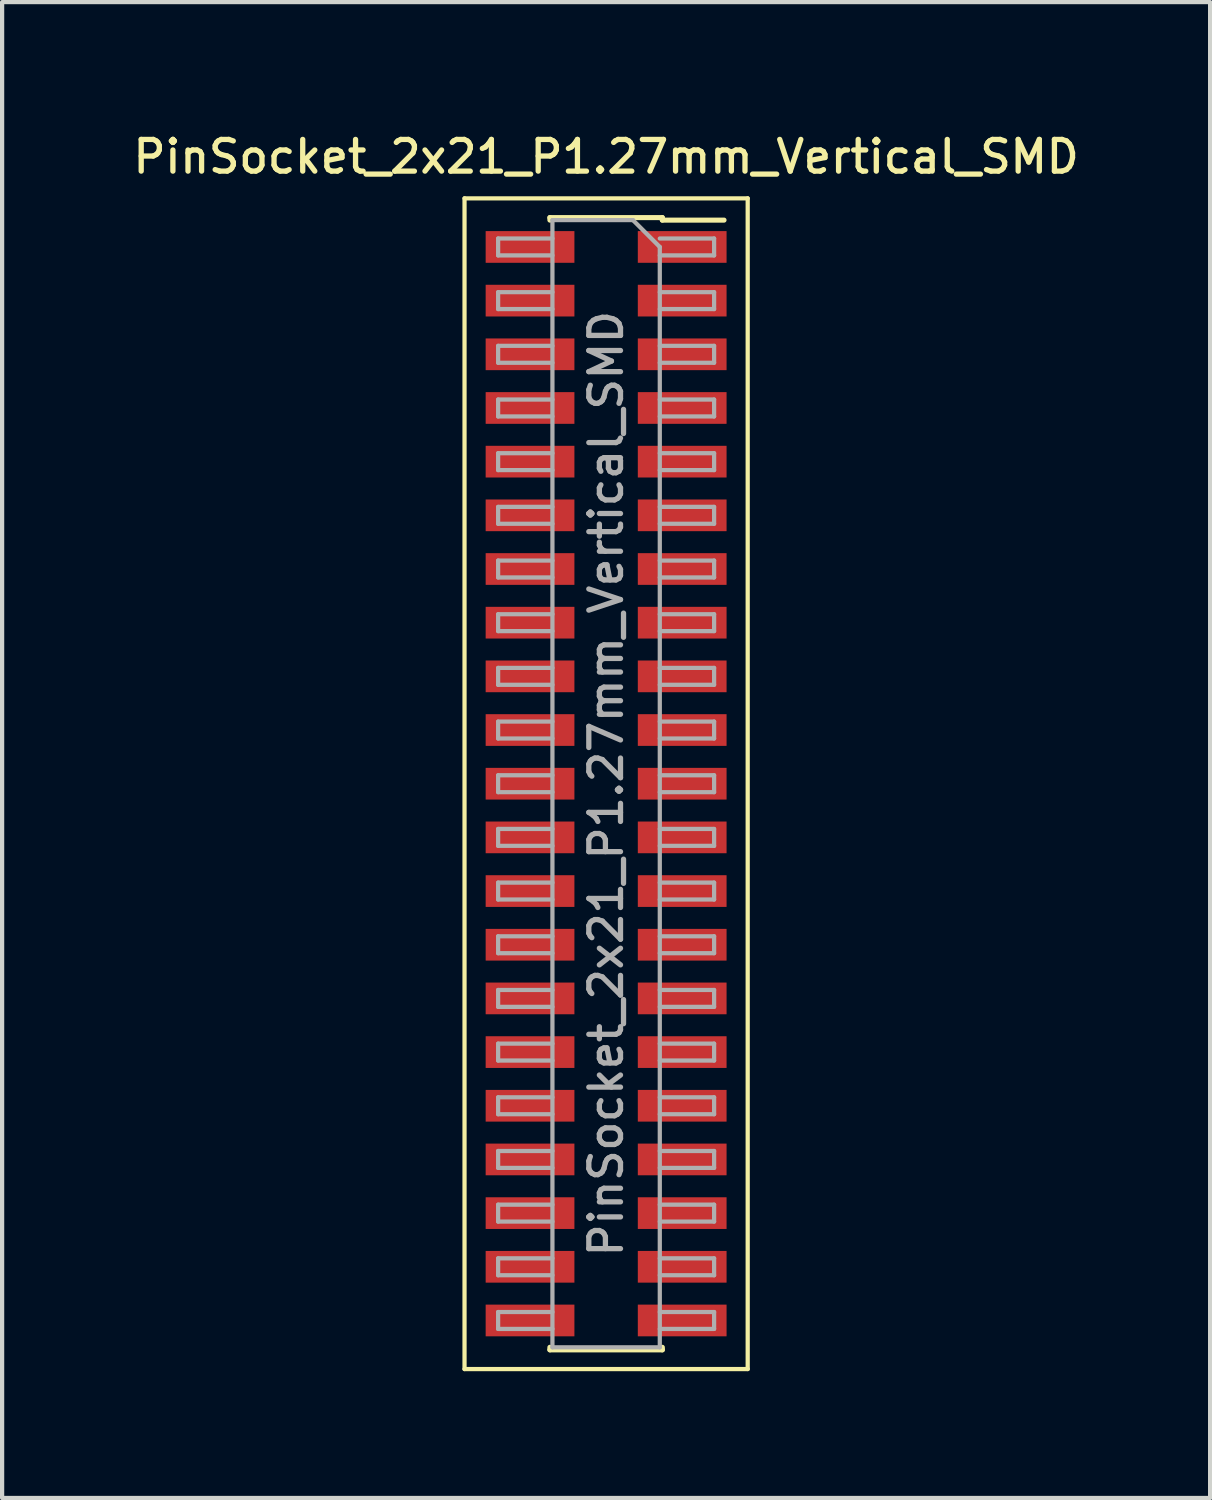
<source format=kicad_pcb>
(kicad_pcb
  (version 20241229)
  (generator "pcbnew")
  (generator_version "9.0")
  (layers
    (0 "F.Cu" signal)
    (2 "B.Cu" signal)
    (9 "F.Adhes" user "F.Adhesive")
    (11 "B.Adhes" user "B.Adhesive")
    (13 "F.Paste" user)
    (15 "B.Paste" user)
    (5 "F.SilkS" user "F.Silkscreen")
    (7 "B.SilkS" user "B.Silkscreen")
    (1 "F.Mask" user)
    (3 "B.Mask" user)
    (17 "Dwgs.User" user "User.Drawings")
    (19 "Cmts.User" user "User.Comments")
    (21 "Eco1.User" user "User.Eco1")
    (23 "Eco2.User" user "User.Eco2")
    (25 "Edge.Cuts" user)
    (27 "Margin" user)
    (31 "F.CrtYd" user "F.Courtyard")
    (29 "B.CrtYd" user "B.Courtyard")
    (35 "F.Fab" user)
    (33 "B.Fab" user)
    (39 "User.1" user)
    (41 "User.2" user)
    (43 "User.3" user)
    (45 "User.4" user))
  (footprint "PinSocket_2x21_P1.27mm_Vertical_SMD"
    (layer "F.Cu")
    (at 11.291 15.493)
    (property "Reference" "PinSocket_2x21_P1.27mm_Vertical_SMD" (at 0 -14.835 0) (layer "F.SilkS") (effects (font (size 0.75 0.75) (thickness 0.125))))
    (attr smd)
    (fp_line (start -3.35 -13.85) (end 3.35 -13.85) (stroke (width 0.1) (type solid)) (layer "F.SilkS"))
    (fp_line (start -3.35 13.85) (end -3.35 -13.85) (stroke (width 0.1) (type solid)) (layer "F.SilkS"))
    (fp_line (start -1.33 -13.395) (end -1.33 -13.335) (stroke (width 0.12) (type solid)) (layer "F.SilkS"))
    (fp_line (start -1.33 -13.395) (end 1.33 -13.395) (stroke (width 0.12) (type solid)) (layer "F.SilkS"))
    (fp_line (start -1.33 13.335) (end -1.33 13.395) (stroke (width 0.12) (type solid)) (layer "F.SilkS"))
    (fp_line (start -1.33 13.395) (end 1.33 13.395) (stroke (width 0.12) (type solid)) (layer "F.SilkS"))
    (fp_line (start 1.33 -13.395) (end 1.33 -13.335) (stroke (width 0.12) (type solid)) (layer "F.SilkS"))
    (fp_line (start 1.33 -13.335) (end 2.79 -13.335) (stroke (width 0.12) (type solid)) (layer "F.SilkS"))
    (fp_line (start 1.33 13.335) (end 1.33 13.395) (stroke (width 0.12) (type solid)) (layer "F.SilkS"))
    (fp_line (start 3.35 -13.85) (end 3.35 13.85) (stroke (width 0.1) (type solid)) (layer "F.SilkS"))
    (fp_line (start 3.35 13.85) (end -3.35 13.85) (stroke (width 0.1) (type solid)) (layer "F.SilkS"))
    (fp_line (start -2.555 -12.9) (end -1.27 -12.9) (stroke (width 0.1) (type solid)) (layer "F.Fab"))
    (fp_line (start -2.555 -12.5) (end -2.555 -12.9) (stroke (width 0.1) (type solid)) (layer "F.Fab"))
    (fp_line (start -2.555 -11.63) (end -1.27 -11.63) (stroke (width 0.1) (type solid)) (layer "F.Fab"))
    (fp_line (start -2.555 -11.23) (end -2.555 -11.63) (stroke (width 0.1) (type solid)) (layer "F.Fab"))
    (fp_line (start -2.555 -10.36) (end -1.27 -10.36) (stroke (width 0.1) (type solid)) (layer "F.Fab"))
    (fp_line (start -2.555 -9.96) (end -2.555 -10.36) (stroke (width 0.1) (type solid)) (layer "F.Fab"))
    (fp_line (start -2.555 -9.09) (end -1.27 -9.09) (stroke (width 0.1) (type solid)) (layer "F.Fab"))
    (fp_line (start -2.555 -8.69) (end -2.555 -9.09) (stroke (width 0.1) (type solid)) (layer "F.Fab"))
    (fp_line (start -2.555 -7.82) (end -1.27 -7.82) (stroke (width 0.1) (type solid)) (layer "F.Fab"))
    (fp_line (start -2.555 -7.42) (end -2.555 -7.82) (stroke (width 0.1) (type solid)) (layer "F.Fab"))
    (fp_line (start -2.555 -6.55) (end -1.27 -6.55) (stroke (width 0.1) (type solid)) (layer "F.Fab"))
    (fp_line (start -2.555 -6.15) (end -2.555 -6.55) (stroke (width 0.1) (type solid)) (layer "F.Fab"))
    (fp_line (start -2.555 -5.28) (end -1.27 -5.28) (stroke (width 0.1) (type solid)) (layer "F.Fab"))
    (fp_line (start -2.555 -4.88) (end -2.555 -5.28) (stroke (width 0.1) (type solid)) (layer "F.Fab"))
    (fp_line (start -2.555 -4.01) (end -1.27 -4.01) (stroke (width 0.1) (type solid)) (layer "F.Fab"))
    (fp_line (start -2.555 -3.61) (end -2.555 -4.01) (stroke (width 0.1) (type solid)) (layer "F.Fab"))
    (fp_line (start -2.555 -2.74) (end -1.27 -2.74) (stroke (width 0.1) (type solid)) (layer "F.Fab"))
    (fp_line (start -2.555 -2.34) (end -2.555 -2.74) (stroke (width 0.1) (type solid)) (layer "F.Fab"))
    (fp_line (start -2.555 -1.47) (end -1.27 -1.47) (stroke (width 0.1) (type solid)) (layer "F.Fab"))
    (fp_line (start -2.555 -1.07) (end -2.555 -1.47) (stroke (width 0.1) (type solid)) (layer "F.Fab"))
    (fp_line (start -2.555 -0.2) (end -1.27 -0.2) (stroke (width 0.1) (type solid)) (layer "F.Fab"))
    (fp_line (start -2.555 0.2) (end -2.555 -0.2) (stroke (width 0.1) (type solid)) (layer "F.Fab"))
    (fp_line (start -2.555 1.07) (end -1.27 1.07) (stroke (width 0.1) (type solid)) (layer "F.Fab"))
    (fp_line (start -2.555 1.47) (end -2.555 1.07) (stroke (width 0.1) (type solid)) (layer "F.Fab"))
    (fp_line (start -2.555 2.34) (end -1.27 2.34) (stroke (width 0.1) (type solid)) (layer "F.Fab"))
    (fp_line (start -2.555 2.74) (end -2.555 2.34) (stroke (width 0.1) (type solid)) (layer "F.Fab"))
    (fp_line (start -2.555 3.61) (end -1.27 3.61) (stroke (width 0.1) (type solid)) (layer "F.Fab"))
    (fp_line (start -2.555 4.01) (end -2.555 3.61) (stroke (width 0.1) (type solid)) (layer "F.Fab"))
    (fp_line (start -2.555 4.88) (end -1.27 4.88) (stroke (width 0.1) (type solid)) (layer "F.Fab"))
    (fp_line (start -2.555 5.28) (end -2.555 4.88) (stroke (width 0.1) (type solid)) (layer "F.Fab"))
    (fp_line (start -2.555 6.15) (end -1.27 6.15) (stroke (width 0.1) (type solid)) (layer "F.Fab"))
    (fp_line (start -2.555 6.55) (end -2.555 6.15) (stroke (width 0.1) (type solid)) (layer "F.Fab"))
    (fp_line (start -2.555 7.42) (end -1.27 7.42) (stroke (width 0.1) (type solid)) (layer "F.Fab"))
    (fp_line (start -2.555 7.82) (end -2.555 7.42) (stroke (width 0.1) (type solid)) (layer "F.Fab"))
    (fp_line (start -2.555 8.69) (end -1.27 8.69) (stroke (width 0.1) (type solid)) (layer "F.Fab"))
    (fp_line (start -2.555 9.09) (end -2.555 8.69) (stroke (width 0.1) (type solid)) (layer "F.Fab"))
    (fp_line (start -2.555 9.96) (end -1.27 9.96) (stroke (width 0.1) (type solid)) (layer "F.Fab"))
    (fp_line (start -2.555 10.36) (end -2.555 9.96) (stroke (width 0.1) (type solid)) (layer "F.Fab"))
    (fp_line (start -2.555 11.23) (end -1.27 11.23) (stroke (width 0.1) (type solid)) (layer "F.Fab"))
    (fp_line (start -2.555 11.63) (end -2.555 11.23) (stroke (width 0.1) (type solid)) (layer "F.Fab"))
    (fp_line (start -2.555 12.5) (end -1.27 12.5) (stroke (width 0.1) (type solid)) (layer "F.Fab"))
    (fp_line (start -2.555 12.9) (end -2.555 12.5) (stroke (width 0.1) (type solid)) (layer "F.Fab"))
    (fp_line (start -1.27 -13.335) (end 0.635 -13.335) (stroke (width 0.1) (type solid)) (layer "F.Fab"))
    (fp_line (start -1.27 -12.5) (end -2.555 -12.5) (stroke (width 0.1) (type solid)) (layer "F.Fab"))
    (fp_line (start -1.27 -11.23) (end -2.555 -11.23) (stroke (width 0.1) (type solid)) (layer "F.Fab"))
    (fp_line (start -1.27 -9.96) (end -2.555 -9.96) (stroke (width 0.1) (type solid)) (layer "F.Fab"))
    (fp_line (start -1.27 -8.69) (end -2.555 -8.69) (stroke (width 0.1) (type solid)) (layer "F.Fab"))
    (fp_line (start -1.27 -7.42) (end -2.555 -7.42) (stroke (width 0.1) (type solid)) (layer "F.Fab"))
    (fp_line (start -1.27 -6.15) (end -2.555 -6.15) (stroke (width 0.1) (type solid)) (layer "F.Fab"))
    (fp_line (start -1.27 -4.88) (end -2.555 -4.88) (stroke (width 0.1) (type solid)) (layer "F.Fab"))
    (fp_line (start -1.27 -3.61) (end -2.555 -3.61) (stroke (width 0.1) (type solid)) (layer "F.Fab"))
    (fp_line (start -1.27 -2.34) (end -2.555 -2.34) (stroke (width 0.1) (type solid)) (layer "F.Fab"))
    (fp_line (start -1.27 -1.07) (end -2.555 -1.07) (stroke (width 0.1) (type solid)) (layer "F.Fab"))
    (fp_line (start -1.27 0.2) (end -2.555 0.2) (stroke (width 0.1) (type solid)) (layer "F.Fab"))
    (fp_line (start -1.27 1.47) (end -2.555 1.47) (stroke (width 0.1) (type solid)) (layer "F.Fab"))
    (fp_line (start -1.27 2.74) (end -2.555 2.74) (stroke (width 0.1) (type solid)) (layer "F.Fab"))
    (fp_line (start -1.27 4.01) (end -2.555 4.01) (stroke (width 0.1) (type solid)) (layer "F.Fab"))
    (fp_line (start -1.27 5.28) (end -2.555 5.28) (stroke (width 0.1) (type solid)) (layer "F.Fab"))
    (fp_line (start -1.27 6.55) (end -2.555 6.55) (stroke (width 0.1) (type solid)) (layer "F.Fab"))
    (fp_line (start -1.27 7.82) (end -2.555 7.82) (stroke (width 0.1) (type solid)) (layer "F.Fab"))
    (fp_line (start -1.27 9.09) (end -2.555 9.09) (stroke (width 0.1) (type solid)) (layer "F.Fab"))
    (fp_line (start -1.27 10.36) (end -2.555 10.36) (stroke (width 0.1) (type solid)) (layer "F.Fab"))
    (fp_line (start -1.27 11.63) (end -2.555 11.63) (stroke (width 0.1) (type solid)) (layer "F.Fab"))
    (fp_line (start -1.27 12.9) (end -2.555 12.9) (stroke (width 0.1) (type solid)) (layer "F.Fab"))
    (fp_line (start -1.27 13.335) (end -1.27 -13.335) (stroke (width 0.1) (type solid)) (layer "F.Fab"))
    (fp_line (start 0.635 -13.335) (end 1.27 -12.7) (stroke (width 0.1) (type solid)) (layer "F.Fab"))
    (fp_line (start 1.27 -12.9) (end 2.555 -12.9) (stroke (width 0.1) (type solid)) (layer "F.Fab"))
    (fp_line (start 1.27 -12.7) (end 1.27 13.335) (stroke (width 0.1) (type solid)) (layer "F.Fab"))
    (fp_line (start 1.27 -11.63) (end 2.555 -11.63) (stroke (width 0.1) (type solid)) (layer "F.Fab"))
    (fp_line (start 1.27 -10.36) (end 2.555 -10.36) (stroke (width 0.1) (type solid)) (layer "F.Fab"))
    (fp_line (start 1.27 -9.09) (end 2.555 -9.09) (stroke (width 0.1) (type solid)) (layer "F.Fab"))
    (fp_line (start 1.27 -7.82) (end 2.555 -7.82) (stroke (width 0.1) (type solid)) (layer "F.Fab"))
    (fp_line (start 1.27 -6.55) (end 2.555 -6.55) (stroke (width 0.1) (type solid)) (layer "F.Fab"))
    (fp_line (start 1.27 -5.28) (end 2.555 -5.28) (stroke (width 0.1) (type solid)) (layer "F.Fab"))
    (fp_line (start 1.27 -4.01) (end 2.555 -4.01) (stroke (width 0.1) (type solid)) (layer "F.Fab"))
    (fp_line (start 1.27 -2.74) (end 2.555 -2.74) (stroke (width 0.1) (type solid)) (layer "F.Fab"))
    (fp_line (start 1.27 -1.47) (end 2.555 -1.47) (stroke (width 0.1) (type solid)) (layer "F.Fab"))
    (fp_line (start 1.27 -0.2) (end 2.555 -0.2) (stroke (width 0.1) (type solid)) (layer "F.Fab"))
    (fp_line (start 1.27 1.07) (end 2.555 1.07) (stroke (width 0.1) (type solid)) (layer "F.Fab"))
    (fp_line (start 1.27 2.34) (end 2.555 2.34) (stroke (width 0.1) (type solid)) (layer "F.Fab"))
    (fp_line (start 1.27 3.61) (end 2.555 3.61) (stroke (width 0.1) (type solid)) (layer "F.Fab"))
    (fp_line (start 1.27 4.88) (end 2.555 4.88) (stroke (width 0.1) (type solid)) (layer "F.Fab"))
    (fp_line (start 1.27 6.15) (end 2.555 6.15) (stroke (width 0.1) (type solid)) (layer "F.Fab"))
    (fp_line (start 1.27 7.42) (end 2.555 7.42) (stroke (width 0.1) (type solid)) (layer "F.Fab"))
    (fp_line (start 1.27 8.69) (end 2.555 8.69) (stroke (width 0.1) (type solid)) (layer "F.Fab"))
    (fp_line (start 1.27 9.96) (end 2.555 9.96) (stroke (width 0.1) (type solid)) (layer "F.Fab"))
    (fp_line (start 1.27 11.23) (end 2.555 11.23) (stroke (width 0.1) (type solid)) (layer "F.Fab"))
    (fp_line (start 1.27 12.5) (end 2.555 12.5) (stroke (width 0.1) (type solid)) (layer "F.Fab"))
    (fp_line (start 1.27 13.335) (end -1.27 13.335) (stroke (width 0.1) (type solid)) (layer "F.Fab"))
    (fp_line (start 2.555 -12.9) (end 2.555 -12.5) (stroke (width 0.1) (type solid)) (layer "F.Fab"))
    (fp_line (start 2.555 -12.5) (end 1.27 -12.5) (stroke (width 0.1) (type solid)) (layer "F.Fab"))
    (fp_line (start 2.555 -11.63) (end 2.555 -11.23) (stroke (width 0.1) (type solid)) (layer "F.Fab"))
    (fp_line (start 2.555 -11.23) (end 1.27 -11.23) (stroke (width 0.1) (type solid)) (layer "F.Fab"))
    (fp_line (start 2.555 -10.36) (end 2.555 -9.96) (stroke (width 0.1) (type solid)) (layer "F.Fab"))
    (fp_line (start 2.555 -9.96) (end 1.27 -9.96) (stroke (width 0.1) (type solid)) (layer "F.Fab"))
    (fp_line (start 2.555 -9.09) (end 2.555 -8.69) (stroke (width 0.1) (type solid)) (layer "F.Fab"))
    (fp_line (start 2.555 -8.69) (end 1.27 -8.69) (stroke (width 0.1) (type solid)) (layer "F.Fab"))
    (fp_line (start 2.555 -7.82) (end 2.555 -7.42) (stroke (width 0.1) (type solid)) (layer "F.Fab"))
    (fp_line (start 2.555 -7.42) (end 1.27 -7.42) (stroke (width 0.1) (type solid)) (layer "F.Fab"))
    (fp_line (start 2.555 -6.55) (end 2.555 -6.15) (stroke (width 0.1) (type solid)) (layer "F.Fab"))
    (fp_line (start 2.555 -6.15) (end 1.27 -6.15) (stroke (width 0.1) (type solid)) (layer "F.Fab"))
    (fp_line (start 2.555 -5.28) (end 2.555 -4.88) (stroke (width 0.1) (type solid)) (layer "F.Fab"))
    (fp_line (start 2.555 -4.88) (end 1.27 -4.88) (stroke (width 0.1) (type solid)) (layer "F.Fab"))
    (fp_line (start 2.555 -4.01) (end 2.555 -3.61) (stroke (width 0.1) (type solid)) (layer "F.Fab"))
    (fp_line (start 2.555 -3.61) (end 1.27 -3.61) (stroke (width 0.1) (type solid)) (layer "F.Fab"))
    (fp_line (start 2.555 -2.74) (end 2.555 -2.34) (stroke (width 0.1) (type solid)) (layer "F.Fab"))
    (fp_line (start 2.555 -2.34) (end 1.27 -2.34) (stroke (width 0.1) (type solid)) (layer "F.Fab"))
    (fp_line (start 2.555 -1.47) (end 2.555 -1.07) (stroke (width 0.1) (type solid)) (layer "F.Fab"))
    (fp_line (start 2.555 -1.07) (end 1.27 -1.07) (stroke (width 0.1) (type solid)) (layer "F.Fab"))
    (fp_line (start 2.555 -0.2) (end 2.555 0.2) (stroke (width 0.1) (type solid)) (layer "F.Fab"))
    (fp_line (start 2.555 0.2) (end 1.27 0.2) (stroke (width 0.1) (type solid)) (layer "F.Fab"))
    (fp_line (start 2.555 1.07) (end 2.555 1.47) (stroke (width 0.1) (type solid)) (layer "F.Fab"))
    (fp_line (start 2.555 1.47) (end 1.27 1.47) (stroke (width 0.1) (type solid)) (layer "F.Fab"))
    (fp_line (start 2.555 2.34) (end 2.555 2.74) (stroke (width 0.1) (type solid)) (layer "F.Fab"))
    (fp_line (start 2.555 2.74) (end 1.27 2.74) (stroke (width 0.1) (type solid)) (layer "F.Fab"))
    (fp_line (start 2.555 3.61) (end 2.555 4.01) (stroke (width 0.1) (type solid)) (layer "F.Fab"))
    (fp_line (start 2.555 4.01) (end 1.27 4.01) (stroke (width 0.1) (type solid)) (layer "F.Fab"))
    (fp_line (start 2.555 4.88) (end 2.555 5.28) (stroke (width 0.1) (type solid)) (layer "F.Fab"))
    (fp_line (start 2.555 5.28) (end 1.27 5.28) (stroke (width 0.1) (type solid)) (layer "F.Fab"))
    (fp_line (start 2.555 6.15) (end 2.555 6.55) (stroke (width 0.1) (type solid)) (layer "F.Fab"))
    (fp_line (start 2.555 6.55) (end 1.27 6.55) (stroke (width 0.1) (type solid)) (layer "F.Fab"))
    (fp_line (start 2.555 7.42) (end 2.555 7.82) (stroke (width 0.1) (type solid)) (layer "F.Fab"))
    (fp_line (start 2.555 7.82) (end 1.27 7.82) (stroke (width 0.1) (type solid)) (layer "F.Fab"))
    (fp_line (start 2.555 8.69) (end 2.555 9.09) (stroke (width 0.1) (type solid)) (layer "F.Fab"))
    (fp_line (start 2.555 9.09) (end 1.27 9.09) (stroke (width 0.1) (type solid)) (layer "F.Fab"))
    (fp_line (start 2.555 9.96) (end 2.555 10.36) (stroke (width 0.1) (type solid)) (layer "F.Fab"))
    (fp_line (start 2.555 10.36) (end 1.27 10.36) (stroke (width 0.1) (type solid)) (layer "F.Fab"))
    (fp_line (start 2.555 11.23) (end 2.555 11.63) (stroke (width 0.1) (type solid)) (layer "F.Fab"))
    (fp_line (start 2.555 11.63) (end 1.27 11.63) (stroke (width 0.1) (type solid)) (layer "F.Fab"))
    (fp_line (start 2.555 12.5) (end 2.555 12.9) (stroke (width 0.1) (type solid)) (layer "F.Fab"))
    (fp_line (start 2.555 12.9) (end 1.27 12.9) (stroke (width 0.1) (type solid)) (layer "F.Fab"))
    (fp_text user "${REFERENCE}" (at 0 0 90) (layer "F.Fab") (effects (font (size 0.75 0.75) (thickness 0.125))))
    (pad "1" smd rect (at 1.8 -12.7) (size 2.1 0.75) (layers "F.Cu" "F.Mask" "F.Paste"))
    (pad "2" smd rect (at -1.8 -12.7) (size 2.1 0.75) (layers "F.Cu" "F.Mask" "F.Paste"))
    (pad "3" smd rect (at 1.8 -11.43) (size 2.1 0.75) (layers "F.Cu" "F.Mask" "F.Paste"))
    (pad "4" smd rect (at -1.8 -11.43) (size 2.1 0.75) (layers "F.Cu" "F.Mask" "F.Paste"))
    (pad "5" smd rect (at 1.8 -10.16) (size 2.1 0.75) (layers "F.Cu" "F.Mask" "F.Paste"))
    (pad "6" smd rect (at -1.8 -10.16) (size 2.1 0.75) (layers "F.Cu" "F.Mask" "F.Paste"))
    (pad "7" smd rect (at 1.8 -8.89) (size 2.1 0.75) (layers "F.Cu" "F.Mask" "F.Paste"))
    (pad "8" smd rect (at -1.8 -8.89) (size 2.1 0.75) (layers "F.Cu" "F.Mask" "F.Paste"))
    (pad "9" smd rect (at 1.8 -7.62) (size 2.1 0.75) (layers "F.Cu" "F.Mask" "F.Paste"))
    (pad "10" smd rect (at -1.8 -7.62) (size 2.1 0.75) (layers "F.Cu" "F.Mask" "F.Paste"))
    (pad "11" smd rect (at 1.8 -6.35) (size 2.1 0.75) (layers "F.Cu" "F.Mask" "F.Paste"))
    (pad "12" smd rect (at -1.8 -6.35) (size 2.1 0.75) (layers "F.Cu" "F.Mask" "F.Paste"))
    (pad "13" smd rect (at 1.8 -5.08) (size 2.1 0.75) (layers "F.Cu" "F.Mask" "F.Paste"))
    (pad "14" smd rect (at -1.8 -5.08) (size 2.1 0.75) (layers "F.Cu" "F.Mask" "F.Paste"))
    (pad "15" smd rect (at 1.8 -3.81) (size 2.1 0.75) (layers "F.Cu" "F.Mask" "F.Paste"))
    (pad "16" smd rect (at -1.8 -3.81) (size 2.1 0.75) (layers "F.Cu" "F.Mask" "F.Paste"))
    (pad "17" smd rect (at 1.8 -2.54) (size 2.1 0.75) (layers "F.Cu" "F.Mask" "F.Paste"))
    (pad "18" smd rect (at -1.8 -2.54) (size 2.1 0.75) (layers "F.Cu" "F.Mask" "F.Paste"))
    (pad "19" smd rect (at 1.8 -1.27) (size 2.1 0.75) (layers "F.Cu" "F.Mask" "F.Paste"))
    (pad "20" smd rect (at -1.8 -1.27) (size 2.1 0.75) (layers "F.Cu" "F.Mask" "F.Paste"))
    (pad "21" smd rect (at 1.8 0) (size 2.1 0.75) (layers "F.Cu" "F.Mask" "F.Paste"))
    (pad "22" smd rect (at -1.8 0) (size 2.1 0.75) (layers "F.Cu" "F.Mask" "F.Paste"))
    (pad "23" smd rect (at 1.8 1.27) (size 2.1 0.75) (layers "F.Cu" "F.Mask" "F.Paste"))
    (pad "24" smd rect (at -1.8 1.27) (size 2.1 0.75) (layers "F.Cu" "F.Mask" "F.Paste"))
    (pad "25" smd rect (at 1.8 2.54) (size 2.1 0.75) (layers "F.Cu" "F.Mask" "F.Paste"))
    (pad "26" smd rect (at -1.8 2.54) (size 2.1 0.75) (layers "F.Cu" "F.Mask" "F.Paste"))
    (pad "27" smd rect (at 1.8 3.81) (size 2.1 0.75) (layers "F.Cu" "F.Mask" "F.Paste"))
    (pad "28" smd rect (at -1.8 3.81) (size 2.1 0.75) (layers "F.Cu" "F.Mask" "F.Paste"))
    (pad "29" smd rect (at 1.8 5.08) (size 2.1 0.75) (layers "F.Cu" "F.Mask" "F.Paste"))
    (pad "30" smd rect (at -1.8 5.08) (size 2.1 0.75) (layers "F.Cu" "F.Mask" "F.Paste"))
    (pad "31" smd rect (at 1.8 6.35) (size 2.1 0.75) (layers "F.Cu" "F.Mask" "F.Paste"))
    (pad "32" smd rect (at -1.8 6.35) (size 2.1 0.75) (layers "F.Cu" "F.Mask" "F.Paste"))
    (pad "33" smd rect (at 1.8 7.62) (size 2.1 0.75) (layers "F.Cu" "F.Mask" "F.Paste"))
    (pad "34" smd rect (at -1.8 7.62) (size 2.1 0.75) (layers "F.Cu" "F.Mask" "F.Paste"))
    (pad "35" smd rect (at 1.8 8.89) (size 2.1 0.75) (layers "F.Cu" "F.Mask" "F.Paste"))
    (pad "36" smd rect (at -1.8 8.89) (size 2.1 0.75) (layers "F.Cu" "F.Mask" "F.Paste"))
    (pad "37" smd rect (at 1.8 10.16) (size 2.1 0.75) (layers "F.Cu" "F.Mask" "F.Paste"))
    (pad "38" smd rect (at -1.8 10.16) (size 2.1 0.75) (layers "F.Cu" "F.Mask" "F.Paste"))
    (pad "39" smd rect (at 1.8 11.43) (size 2.1 0.75) (layers "F.Cu" "F.Mask" "F.Paste"))
    (pad "40" smd rect (at -1.8 11.43) (size 2.1 0.75) (layers "F.Cu" "F.Mask" "F.Paste"))
    (pad "41" smd rect (at 1.8 12.7) (size 2.1 0.75) (layers "F.Cu" "F.Mask" "F.Paste"))
    (pad "42" smd rect (at -1.8 12.7) (size 2.1 0.75) (layers "F.Cu" "F.Mask" "F.Paste")))
  (gr_rect
    (start -3 -3)
    (end 25.582 32.393)
    (stroke (width 0.1) (type default))
    (fill no)
    (layer "Edge.Cuts")))
</source>
